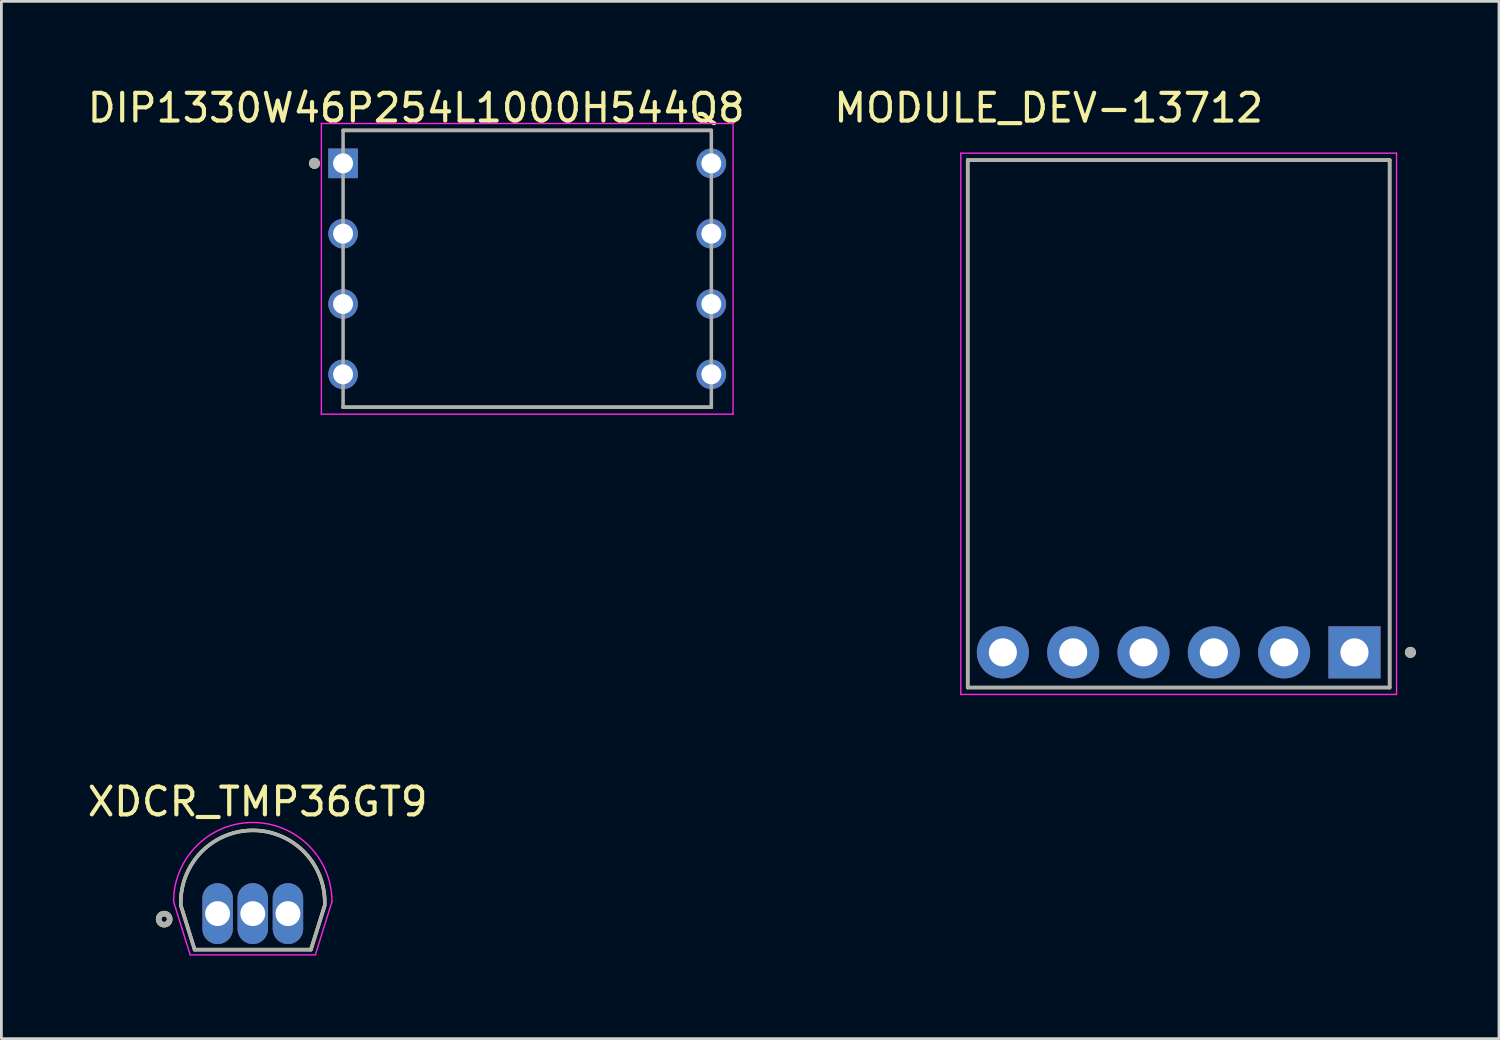
<source format=kicad_pcb>
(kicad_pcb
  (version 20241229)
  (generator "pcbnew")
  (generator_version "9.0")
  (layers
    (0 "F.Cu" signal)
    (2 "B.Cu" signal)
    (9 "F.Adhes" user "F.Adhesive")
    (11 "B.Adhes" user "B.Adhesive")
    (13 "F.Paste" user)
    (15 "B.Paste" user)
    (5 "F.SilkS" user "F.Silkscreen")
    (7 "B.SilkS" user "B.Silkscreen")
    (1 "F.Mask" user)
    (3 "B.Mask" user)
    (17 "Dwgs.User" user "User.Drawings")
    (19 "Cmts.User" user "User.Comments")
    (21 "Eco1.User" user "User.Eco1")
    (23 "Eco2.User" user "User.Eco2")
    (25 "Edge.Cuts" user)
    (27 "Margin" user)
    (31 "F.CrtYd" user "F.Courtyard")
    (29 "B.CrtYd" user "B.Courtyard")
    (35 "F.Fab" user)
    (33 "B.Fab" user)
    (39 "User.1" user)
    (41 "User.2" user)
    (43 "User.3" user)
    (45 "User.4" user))
  (footprint "XDCR_TMP36GT9"
    (layer "F.Cu")
    (at 6.08 29.049)
    (property "Reference" "XDCR_TMP36GT9" (at 0.175 -3.141 0) (layer "F.SilkS") (effects (font (size 1.002 1.002) (thickness 0.15))))
    (attr through_hole)
    (fp_line (start -2.6 0.6) (end -2.1 2.2) (stroke (width 0.127) (type solid)) (layer "F.SilkS"))
    (fp_line (start -2.1 2.2) (end 2.1 2.2) (stroke (width 0.127) (type solid)) (layer "F.SilkS"))
    (fp_line (start 2.1 2.2) (end 2.6 0.6) (stroke (width 0.127) (type solid)) (layer "F.SilkS"))
    (fp_arc (start -2.6 0.538) (mid 0 -2.107779) (end 2.6 0.538) (stroke (width 0.127) (type solid)) (layer "F.SilkS"))
    (fp_circle (center -3.2 1.1) (end -3 1.1) (stroke (width 0.2) (type solid)) (fill no) (layer "F.SilkS"))
    (fp_line (start -2.26 2.39) (end -2.86 0.468) (stroke (width 0.05) (type solid)) (layer "F.CrtYd"))
    (fp_line (start -2.26 2.39) (end 2.26 2.39) (stroke (width 0.05) (type solid)) (layer "F.CrtYd"))
    (fp_line (start 2.26 2.39) (end 2.86 0.468) (stroke (width 0.05) (type solid)) (layer "F.CrtYd"))
    (fp_arc (start -2.86 0.468) (mid 0 -2.392) (end 2.86 0.468) (stroke (width 0.05) (type solid)) (layer "F.CrtYd"))
    (fp_line (start -2.6 0.6) (end -2.1 2.2) (stroke (width 0.127) (type solid)) (layer "F.Fab"))
    (fp_line (start -2.1 2.2) (end 2.1 2.2) (stroke (width 0.127) (type solid)) (layer "F.Fab"))
    (fp_line (start 2.1 2.2) (end 2.6 0.6) (stroke (width 0.127) (type solid)) (layer "F.Fab"))
    (fp_arc (start -2.6 0.538) (mid 0 -2.107779) (end 2.6 0.538) (stroke (width 0.127) (type solid)) (layer "F.Fab"))
    (fp_circle (center -3.2 1.1) (end -3 1.1) (stroke (width 0.2) (type solid)) (fill no) (layer "F.Fab"))
    (pad "1" thru_hole oval (at -1.27 0.9) (size 1.1 2.2) (drill 0.9) (layers "*.Cu" "*.Mask"))
    (pad "2" thru_hole oval (at 0 0.9) (size 1.1 2.2) (drill 0.9) (layers "*.Cu" "*.Mask"))
    (pad "3" thru_hole oval (at 1.27 0.9) (size 1.1 2.2) (drill 0.9) (layers "*.Cu" "*.Mask")))
  (footprint "MODULE_DEV-13712"
    (layer "F.Cu")
    (at 39.522 12.258)
    (property "Reference" "MODULE_DEV-13712" (at -4.695 -11.41 0) (layer "F.SilkS") (effects (font (size 1 1) (thickness 0.15))))
    (attr through_hole)
    (fp_line (start -7.62 -9.525) (end 7.62 -9.525) (stroke (width 0.127) (type solid)) (layer "F.SilkS"))
    (fp_line (start -7.62 9.525) (end -7.62 -9.525) (stroke (width 0.127) (type solid)) (layer "F.SilkS"))
    (fp_line (start 7.62 -9.525) (end 7.62 9.525) (stroke (width 0.127) (type solid)) (layer "F.SilkS"))
    (fp_line (start 7.62 9.525) (end -7.62 9.525) (stroke (width 0.127) (type solid)) (layer "F.SilkS"))
    (fp_circle (center 8.37 8.255) (end 8.47 8.255) (stroke (width 0.2) (type solid)) (fill no) (layer "F.SilkS"))
    (fp_line (start -7.87 -9.775) (end -7.87 9.775) (stroke (width 0.05) (type solid)) (layer "F.CrtYd"))
    (fp_line (start -7.87 9.775) (end 7.87 9.775) (stroke (width 0.05) (type solid)) (layer "F.CrtYd"))
    (fp_line (start 7.87 -9.775) (end -7.87 -9.775) (stroke (width 0.05) (type solid)) (layer "F.CrtYd"))
    (fp_line (start 7.87 9.775) (end 7.87 -9.775) (stroke (width 0.05) (type solid)) (layer "F.CrtYd"))
    (fp_line (start -7.62 -9.525) (end 7.62 -9.525) (stroke (width 0.127) (type solid)) (layer "F.Fab"))
    (fp_line (start -7.62 9.525) (end -7.62 -9.525) (stroke (width 0.127) (type solid)) (layer "F.Fab"))
    (fp_line (start 7.62 -9.525) (end 7.62 9.525) (stroke (width 0.127) (type solid)) (layer "F.Fab"))
    (fp_line (start 7.62 9.525) (end -7.62 9.525) (stroke (width 0.127) (type solid)) (layer "F.Fab"))
    (fp_circle (center 8.37 8.255) (end 8.47 8.255) (stroke (width 0.2) (type solid)) (fill no) (layer "F.Fab"))
    (pad "1" thru_hole rect (at 6.35 8.255) (size 1.88 1.88) (drill 1.016) (layers "*.Cu" "*.Mask"))
    (pad "2" thru_hole circle (at 3.81 8.255) (size 1.88 1.88) (drill 1.016) (layers "*.Cu" "*.Mask"))
    (pad "3" thru_hole circle (at 1.27 8.255) (size 1.88 1.88) (drill 1.016) (layers "*.Cu" "*.Mask"))
    (pad "4" thru_hole circle (at -1.27 8.255) (size 1.88 1.88) (drill 1.016) (layers "*.Cu" "*.Mask"))
    (pad "5" thru_hole circle (at -3.81 8.255) (size 1.88 1.88) (drill 1.016) (layers "*.Cu" "*.Mask"))
    (pad "6" thru_hole circle (at -6.35 8.255) (size 1.88 1.88) (drill 1.016) (layers "*.Cu" "*.Mask")))
  (footprint "DIP1330W46P254L1000H544Q8"
    (layer "F.Cu")
    (at 15.992 6.66)
    (property "Reference" "DIP1330W46P254L1000H544Q8" (at -4.01 -5.812 0) (layer "F.SilkS") (effects (font (size 1 1) (thickness 0.15))))
    (attr through_hole)
    (fp_line (start -6.65 -5) (end 6.65 -5) (stroke (width 0.127) (type solid)) (layer "F.SilkS"))
    (fp_line (start -6.65 5) (end 6.65 5) (stroke (width 0.127) (type solid)) (layer "F.SilkS"))
    (fp_circle (center -7.685 -3.81) (end -7.585 -3.81) (stroke (width 0.2) (type solid)) (fill no) (layer "F.SilkS"))
    (fp_line (start -7.435 -5.25) (end -7.435 5.25) (stroke (width 0.05) (type solid)) (layer "F.CrtYd"))
    (fp_line (start 7.435 -5.25) (end -7.435 -5.25) (stroke (width 0.05) (type solid)) (layer "F.CrtYd"))
    (fp_line (start 7.435 -5.25) (end 7.435 5.25) (stroke (width 0.05) (type solid)) (layer "F.CrtYd"))
    (fp_line (start 7.435 5.25) (end -7.435 5.25) (stroke (width 0.05) (type solid)) (layer "F.CrtYd"))
    (fp_line (start -6.65 -5) (end -6.65 5) (stroke (width 0.127) (type solid)) (layer "F.Fab"))
    (fp_line (start -6.65 -5) (end 6.65 -5) (stroke (width 0.127) (type solid)) (layer "F.Fab"))
    (fp_line (start -6.65 5) (end 6.65 5) (stroke (width 0.127) (type solid)) (layer "F.Fab"))
    (fp_line (start 6.65 -5) (end 6.65 5) (stroke (width 0.127) (type solid)) (layer "F.Fab"))
    (fp_circle (center -7.685 -3.81) (end -7.585 -3.81) (stroke (width 0.2) (type solid)) (fill no) (layer "F.Fab"))
    (pad "1" thru_hole rect (at -6.65 -3.81) (size 1.07 1.07) (drill 0.72) (layers "*.Cu" "*.Mask"))
    (pad "2" thru_hole circle (at -6.65 -1.27) (size 1.07 1.07) (drill 0.72) (layers "*.Cu" "*.Mask"))
    (pad "3" thru_hole circle (at -6.65 1.27) (size 1.07 1.07) (drill 0.72) (layers "*.Cu" "*.Mask"))
    (pad "4" thru_hole circle (at -6.65 3.81) (size 1.07 1.07) (drill 0.72) (layers "*.Cu" "*.Mask"))
    (pad "5" thru_hole circle (at 6.65 3.81) (size 1.07 1.07) (drill 0.72) (layers "*.Cu" "*.Mask"))
    (pad "6" thru_hole circle (at 6.65 1.27) (size 1.07 1.07) (drill 0.72) (layers "*.Cu" "*.Mask"))
    (pad "7" thru_hole circle (at 6.65 -1.27) (size 1.07 1.07) (drill 0.72) (layers "*.Cu" "*.Mask"))
    (pad "8" thru_hole circle (at 6.65 -3.81) (size 1.07 1.07) (drill 0.72) (layers "*.Cu" "*.Mask")))
  (gr_rect
    (start -3 -3)
    (end 51.092 34.464)
    (stroke (width 0.1) (type default))
    (fill no)
    (layer "Edge.Cuts")))
</source>
